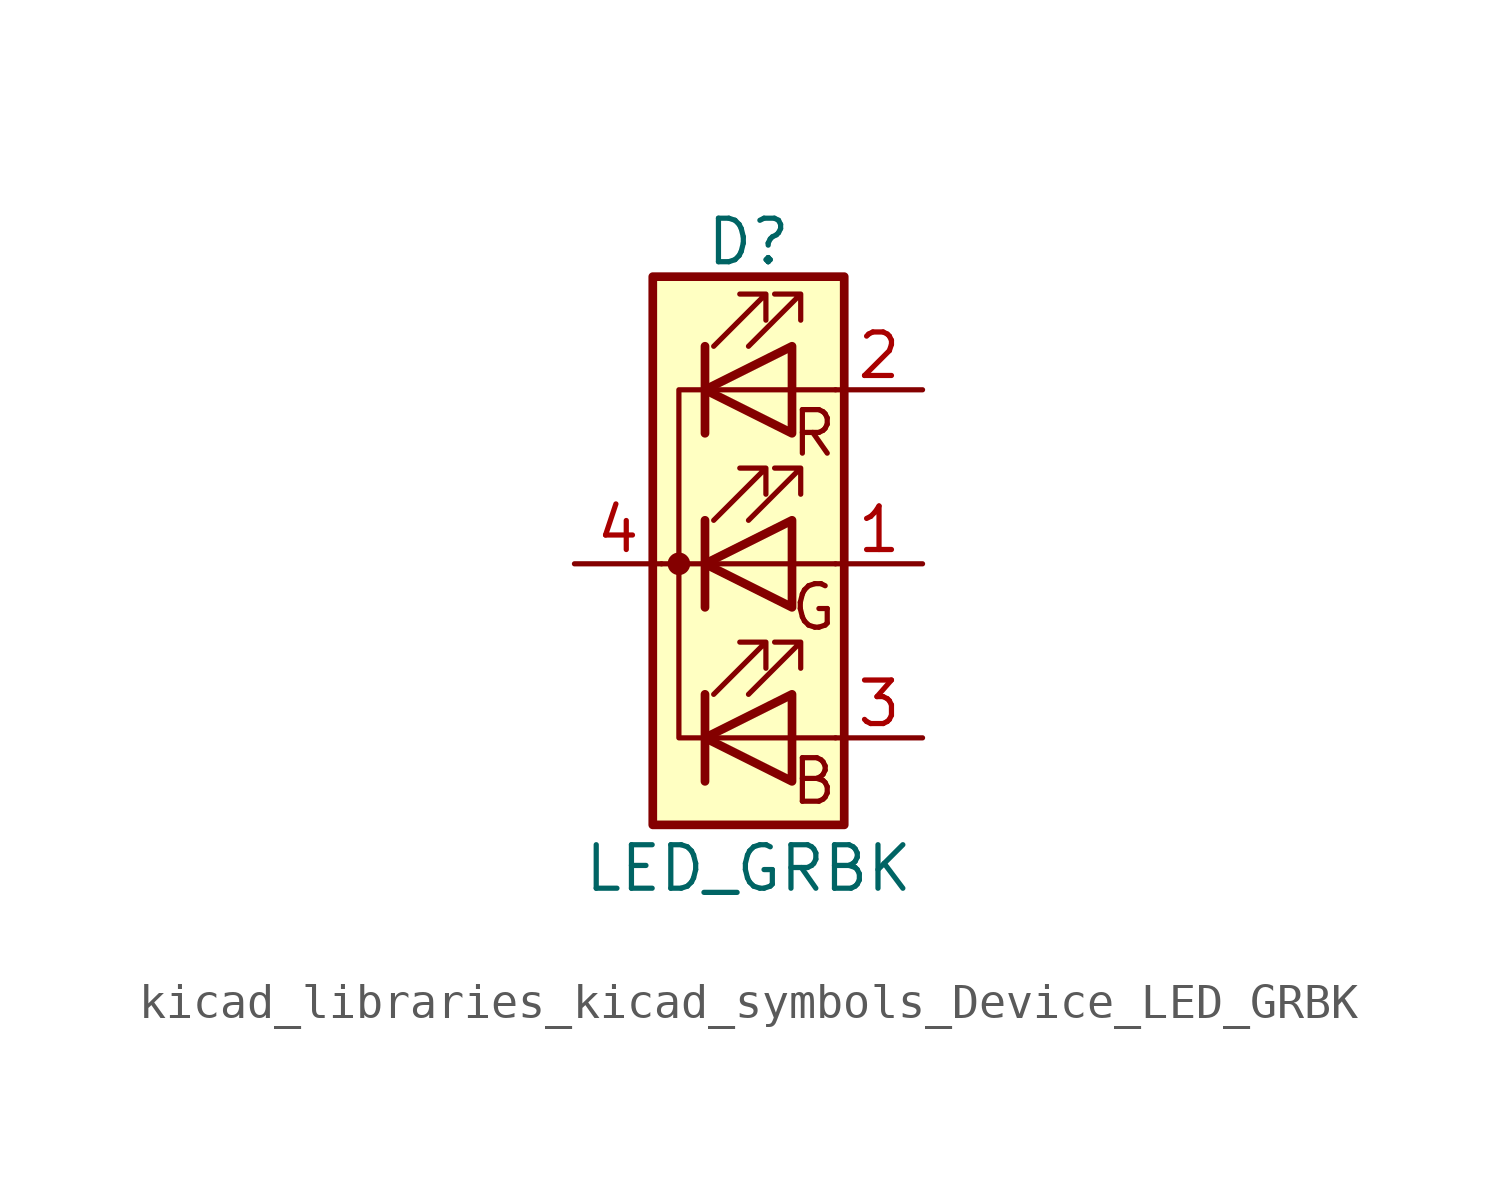
<source format=kicad_sym>
(kicad_symbol_lib
  (version 20220914)
  (generator kicad_symbol_editor)
  (symbol "kicad_libraries_kicad_symbols_Device_LED_GRBK"
    (pin_names
      (offset 0) hide)
    (property "Reference" "D"
      (at 0 9.398 0)
      (effects (font (size 1.27 1.27))))
    (property "Value" "LED_GRBK"
      (at 0 -8.89 0)
      (effects (font (size 1.27 1.27))))
    (symbol "kicad_libraries_kicad_symbols_Device_LED_GRBK_0_0"
      (text "B" (at 1.905 -6.35 0) (effects (font (size 1.27 1.27))))
      (text "G" (at 1.905 -1.27 0) (effects (font (size 1.27 1.27))))
      (text "R" (at 1.905 3.81 0) (effects (font (size 1.27 1.27)))))
    (symbol "kicad_libraries_kicad_symbols_Device_LED_GRBK_0_1"
      (circle (center -2.032 0) (radius 0.254) (stroke (width 0) (type default)) (fill (type outline)))
      (polyline (pts (xy -1.27 -5.08) (xy 1.27 -5.08)) (stroke (width 0) (type default)) (fill (type none)))
      (polyline (pts (xy -1.27 -3.81) (xy -1.27 -6.35)) (stroke (width 0.254) (type default)) (fill (type none)))
      (polyline (pts (xy -1.27 0) (xy -2.54 0)) (stroke (width 0) (type default)) (fill (type none)))
      (polyline (pts (xy -1.27 1.27) (xy -1.27 -1.27)) (stroke (width 0.254) (type default)) (fill (type none)))
      (polyline (pts (xy -1.27 5.08) (xy 1.27 5.08)) (stroke (width 0) (type default)) (fill (type none)))
      (polyline (pts (xy -1.27 6.35) (xy -1.27 3.81)) (stroke (width 0.254) (type default)) (fill (type none)))
      (polyline (pts (xy 1.27 -5.08) (xy 2.54 -5.08)) (stroke (width 0) (type default)) (fill (type none)))
      (polyline (pts (xy 1.27 0) (xy -1.27 0)) (stroke (width 0) (type default)) (fill (type none)))
      (polyline (pts (xy 1.27 0) (xy 2.54 0)) (stroke (width 0) (type default)) (fill (type none)))
      (polyline (pts (xy 1.27 5.08) (xy 2.54 5.08)) (stroke (width 0) (type default)) (fill (type none)))
      (polyline (pts (xy -1.27 1.27) (xy -1.27 -1.27) (xy -1.27 -1.27)) (stroke (width 0) (type default)) (fill (type none)))
      (polyline (pts (xy -1.27 6.35) (xy -1.27 3.81) (xy -1.27 3.81)) (stroke (width 0) (type default)) (fill (type none)))
      (polyline (pts (xy -1.27 5.08) (xy -2.032 5.08) (xy -2.032 -5.08) (xy -1.016 -5.08)) (stroke (width 0) (type default)) (fill (type none)))
      (polyline (pts (xy 1.27 -3.81) (xy 1.27 -6.35) (xy -1.27 -5.08) (xy 1.27 -3.81)) (stroke (width 0.254) (type default)) (fill (type none)))
      (polyline (pts (xy 1.27 1.27) (xy 1.27 -1.27) (xy -1.27 0) (xy 1.27 1.27)) (stroke (width 0.254) (type default)) (fill (type none)))
      (polyline (pts (xy 1.27 6.35) (xy 1.27 3.81) (xy -1.27 5.08) (xy 1.27 6.35)) (stroke (width 0.254) (type default)) (fill (type none)))
      (polyline (pts (xy -1.016 -3.81) (xy 0.508 -2.286) (xy -0.254 -2.286) (xy 0.508 -2.286) (xy 0.508 -3.048)) (stroke (width 0) (type default)) (fill (type none)))
      (polyline (pts (xy -1.016 1.27) (xy 0.508 2.794) (xy -0.254 2.794) (xy 0.508 2.794) (xy 0.508 2.032)) (stroke (width 0) (type default)) (fill (type none)))
      (polyline (pts (xy -1.016 6.35) (xy 0.508 7.874) (xy -0.254 7.874) (xy 0.508 7.874) (xy 0.508 7.112)) (stroke (width 0) (type default)) (fill (type none)))
      (polyline (pts (xy 0 -3.81) (xy 1.524 -2.286) (xy 0.762 -2.286) (xy 1.524 -2.286) (xy 1.524 -3.048)) (stroke (width 0) (type default)) (fill (type none)))
      (polyline (pts (xy 0 1.27) (xy 1.524 2.794) (xy 0.762 2.794) (xy 1.524 2.794) (xy 1.524 2.032)) (stroke (width 0) (type default)) (fill (type none)))
      (polyline (pts (xy 0 6.35) (xy 1.524 7.874) (xy 0.762 7.874) (xy 1.524 7.874) (xy 1.524 7.112)) (stroke (width 0) (type default)) (fill (type none)))
      (rectangle (start 1.27 -1.27) (end 1.27 1.27) (stroke (width 0) (type default)) (fill (type none)))
      (rectangle (start 1.27 1.27) (end 1.27 1.27) (stroke (width 0) (type default)) (fill (type none)))
      (rectangle (start 1.27 3.81) (end 1.27 6.35) (stroke (width 0) (type default)) (fill (type none)))
      (rectangle (start 1.27 6.35) (end 1.27 6.35) (stroke (width 0) (type default)) (fill (type none)))
      (rectangle (start 2.794 8.382) (end -2.794 -7.62) (stroke (width 0.254) (type default)) (fill (type background))))
    (symbol "kicad_libraries_kicad_symbols_Device_LED_GRBK_1_1"
      (pin passive line (at 5.08 0 180) (length 2.54) (name "GA" (effects (font (size 1.27 1.27)))) (number "1" (effects (font (size 1.27 1.27)))))
      (pin passive line (at 5.08 5.08 180) (length 2.54) (name "RA" (effects (font (size 1.27 1.27)))) (number "2" (effects (font (size 1.27 1.27)))))
      (pin passive line (at 5.08 -5.08 180) (length 2.54) (name "BA" (effects (font (size 1.27 1.27)))) (number "3" (effects (font (size 1.27 1.27)))))
      (pin passive line (at -5.08 0 0) (length 2.54) (name "K" (effects (font (size 1.27 1.27)))) (number "4" (effects (font (size 1.27 1.27))))))))
</source>
